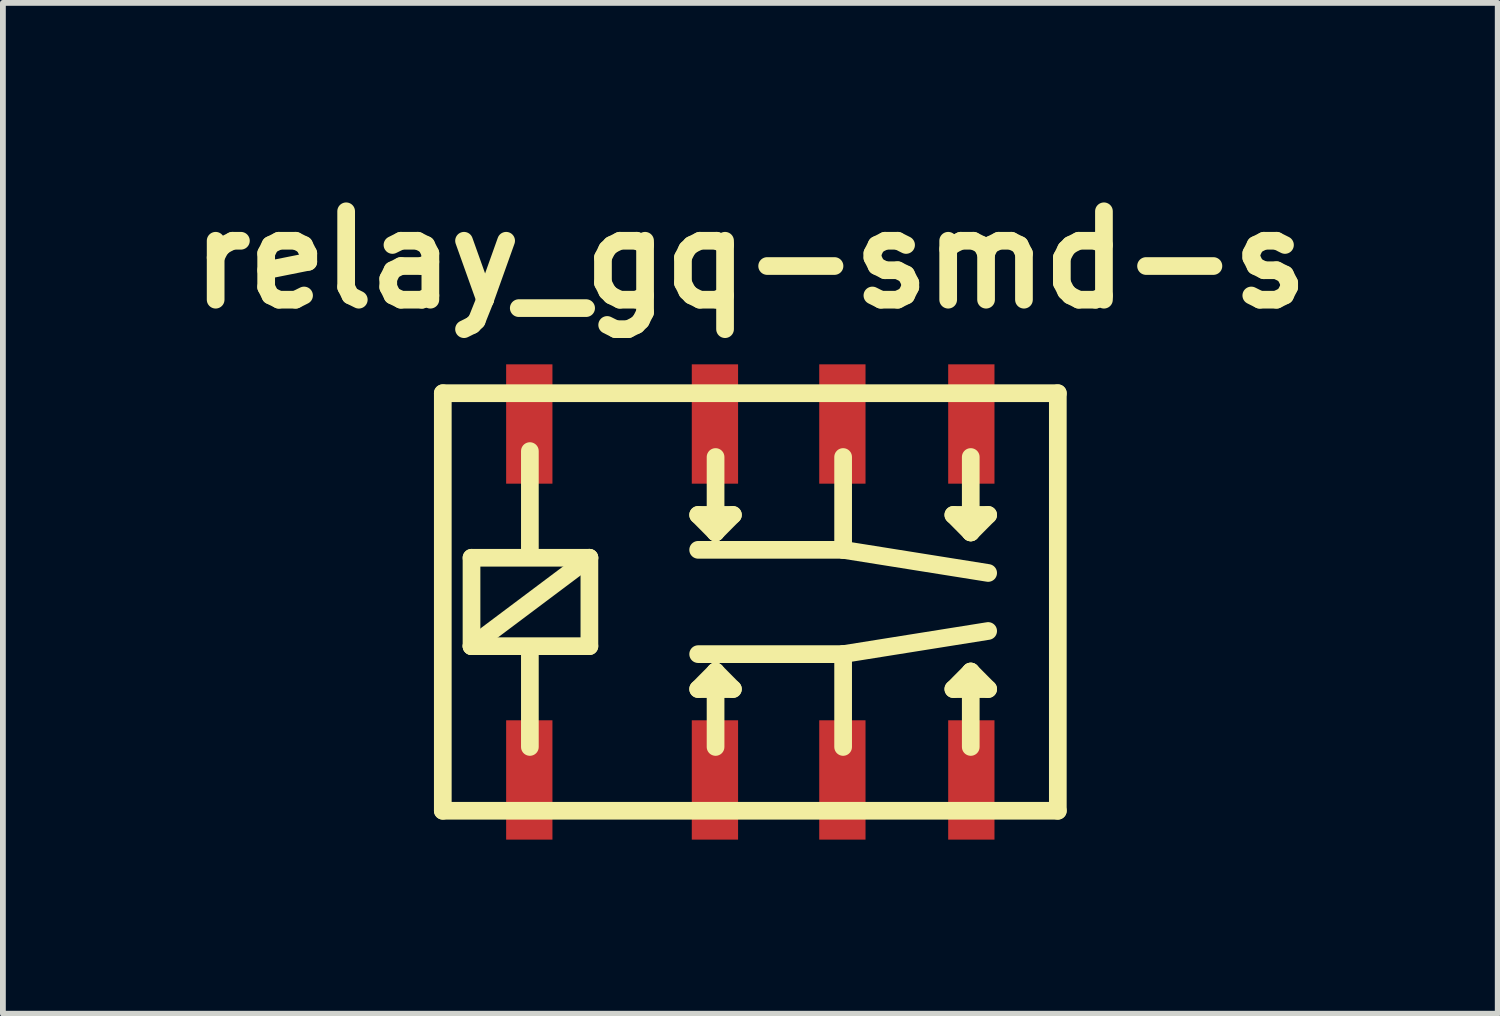
<source format=kicad_pcb>
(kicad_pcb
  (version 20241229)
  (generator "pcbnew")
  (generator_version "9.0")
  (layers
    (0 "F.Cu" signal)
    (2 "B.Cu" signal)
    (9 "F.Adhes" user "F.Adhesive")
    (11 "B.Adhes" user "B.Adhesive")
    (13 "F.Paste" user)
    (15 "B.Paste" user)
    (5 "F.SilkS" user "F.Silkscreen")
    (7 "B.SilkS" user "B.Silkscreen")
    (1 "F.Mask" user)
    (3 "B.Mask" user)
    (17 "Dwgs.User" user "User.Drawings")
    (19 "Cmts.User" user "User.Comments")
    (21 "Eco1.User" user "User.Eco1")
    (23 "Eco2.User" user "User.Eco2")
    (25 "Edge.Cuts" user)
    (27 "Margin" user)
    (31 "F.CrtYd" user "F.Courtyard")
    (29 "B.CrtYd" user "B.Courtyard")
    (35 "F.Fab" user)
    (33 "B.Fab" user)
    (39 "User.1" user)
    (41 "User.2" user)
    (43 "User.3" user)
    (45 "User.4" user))
  (footprint "relay_gq-smd-s"
    (layer "F.Cu")
    (at 9.884 7.327)
    (property "Reference" "relay_gq-smd-s" (at 0 -5.9 0) (layer "F.SilkS") (effects (font (size 1.524 1.524) (thickness 0.305))))
    (attr smd)
    (fp_line (start -5.301 -3.599) (end 5.301 -3.599) (stroke (width 0.305) (type solid)) (layer "F.SilkS"))
    (fp_line (start -5.301 3.599) (end -5.301 -3.599) (stroke (width 0.305) (type solid)) (layer "F.SilkS"))
    (fp_line (start -4.806 -0.762) (end -2.774 -0.762) (stroke (width 0.305) (type solid)) (layer "F.SilkS"))
    (fp_line (start -4.806 0.762) (end -4.806 -0.762) (stroke (width 0.305) (type solid)) (layer "F.SilkS"))
    (fp_line (start -4.806 0.762) (end -2.774 -0.762) (stroke (width 0.305) (type solid)) (layer "F.SilkS"))
    (fp_line (start -3.8 -2.601) (end -3.8 -0.8) (stroke (width 0.305) (type solid)) (layer "F.SilkS"))
    (fp_line (start -3.8 2.499) (end -3.8 0.8) (stroke (width 0.305) (type solid)) (layer "F.SilkS"))
    (fp_line (start -2.774 -0.762) (end -2.774 0.762) (stroke (width 0.305) (type solid)) (layer "F.SilkS"))
    (fp_line (start -2.774 0.762) (end -4.806 0.762) (stroke (width 0.305) (type solid)) (layer "F.SilkS"))
    (fp_line (start -0.899 0.899) (end 1.6 0.899) (stroke (width 0.305) (type solid)) (layer "F.SilkS"))
    (fp_line (start -0.899 1.501) (end -0.3 1.501) (stroke (width 0.305) (type solid)) (layer "F.SilkS"))
    (fp_line (start -0.599 -2.499) (end -0.599 -1.199) (stroke (width 0.305) (type solid)) (layer "F.SilkS"))
    (fp_line (start -0.599 -1.199) (end -0.899 -1.501) (stroke (width 0.305) (type solid)) (layer "F.SilkS"))
    (fp_line (start -0.599 -1.199) (end -0.3 -1.501) (stroke (width 0.305) (type solid)) (layer "F.SilkS"))
    (fp_line (start -0.599 1.199) (end -0.899 1.501) (stroke (width 0.305) (type solid)) (layer "F.SilkS"))
    (fp_line (start -0.599 2.499) (end -0.599 1.199) (stroke (width 0.305) (type solid)) (layer "F.SilkS"))
    (fp_line (start -0.3 -1.501) (end -0.899 -1.501) (stroke (width 0.305) (type solid)) (layer "F.SilkS"))
    (fp_line (start -0.3 1.501) (end -0.599 1.199) (stroke (width 0.305) (type solid)) (layer "F.SilkS"))
    (fp_line (start 1.6 -2.499) (end 1.6 -0.899) (stroke (width 0.305) (type solid)) (layer "F.SilkS"))
    (fp_line (start 1.6 -0.899) (end -0.899 -0.899) (stroke (width 0.305) (type solid)) (layer "F.SilkS"))
    (fp_line (start 1.6 -0.899) (end 4.1 -0.5) (stroke (width 0.305) (type solid)) (layer "F.SilkS"))
    (fp_line (start 1.6 0.899) (end 1.6 2.499) (stroke (width 0.305) (type solid)) (layer "F.SilkS"))
    (fp_line (start 1.6 0.899) (end 4.1 0.5) (stroke (width 0.305) (type solid)) (layer "F.SilkS"))
    (fp_line (start 3.5 1.501) (end 4.1 1.501) (stroke (width 0.305) (type solid)) (layer "F.SilkS"))
    (fp_line (start 3.8 -2.499) (end 3.8 -1.199) (stroke (width 0.305) (type solid)) (layer "F.SilkS"))
    (fp_line (start 3.8 -1.199) (end 3.5 -1.501) (stroke (width 0.305) (type solid)) (layer "F.SilkS"))
    (fp_line (start 3.8 -1.199) (end 4.1 -1.501) (stroke (width 0.305) (type solid)) (layer "F.SilkS"))
    (fp_line (start 3.8 1.199) (end 3.5 1.501) (stroke (width 0.305) (type solid)) (layer "F.SilkS"))
    (fp_line (start 3.8 2.499) (end 3.8 1.199) (stroke (width 0.305) (type solid)) (layer "F.SilkS"))
    (fp_line (start 4.1 -1.501) (end 3.5 -1.501) (stroke (width 0.305) (type solid)) (layer "F.SilkS"))
    (fp_line (start 4.1 1.501) (end 3.8 1.199) (stroke (width 0.305) (type solid)) (layer "F.SilkS"))
    (fp_line (start 5.301 -3.599) (end 5.301 3.599) (stroke (width 0.305) (type solid)) (layer "F.SilkS"))
    (fp_line (start 5.301 3.599) (end -5.301 3.599) (stroke (width 0.305) (type solid)) (layer "F.SilkS"))
    (pad "1" smd rect (at -3.81 3.068) (size 0.798 2.057) (layers "F.Cu" "F.Mask" "F.Paste"))
    (pad "2" smd rect (at -0.61 3.068) (size 0.798 2.057) (layers "F.Cu" "F.Mask" "F.Paste"))
    (pad "3" smd rect (at 1.587 3.068) (size 0.798 2.057) (layers "F.Cu" "F.Mask" "F.Paste"))
    (pad "4" smd rect (at 3.81 3.068) (size 0.798 2.057) (layers "F.Cu" "F.Mask" "F.Paste"))
    (pad "5" smd rect (at 3.81 -3.068) (size 0.798 2.057) (layers "F.Cu" "F.Mask" "F.Paste"))
    (pad "6" smd rect (at 1.587 -3.068) (size 0.798 2.057) (layers "F.Cu" "F.Mask" "F.Paste"))
    (pad "7" smd rect (at -0.61 -3.068) (size 0.798 2.057) (layers "F.Cu" "F.Mask" "F.Paste"))
    (pad "8" smd rect (at -3.81 -3.068) (size 0.798 2.057) (layers "F.Cu" "F.Mask" "F.Paste")))
  (gr_rect
    (start -3 -3)
    (end 22.768 14.424)
    (stroke (width 0.1) (type default))
    (fill no)
    (layer "Edge.Cuts")))
</source>
